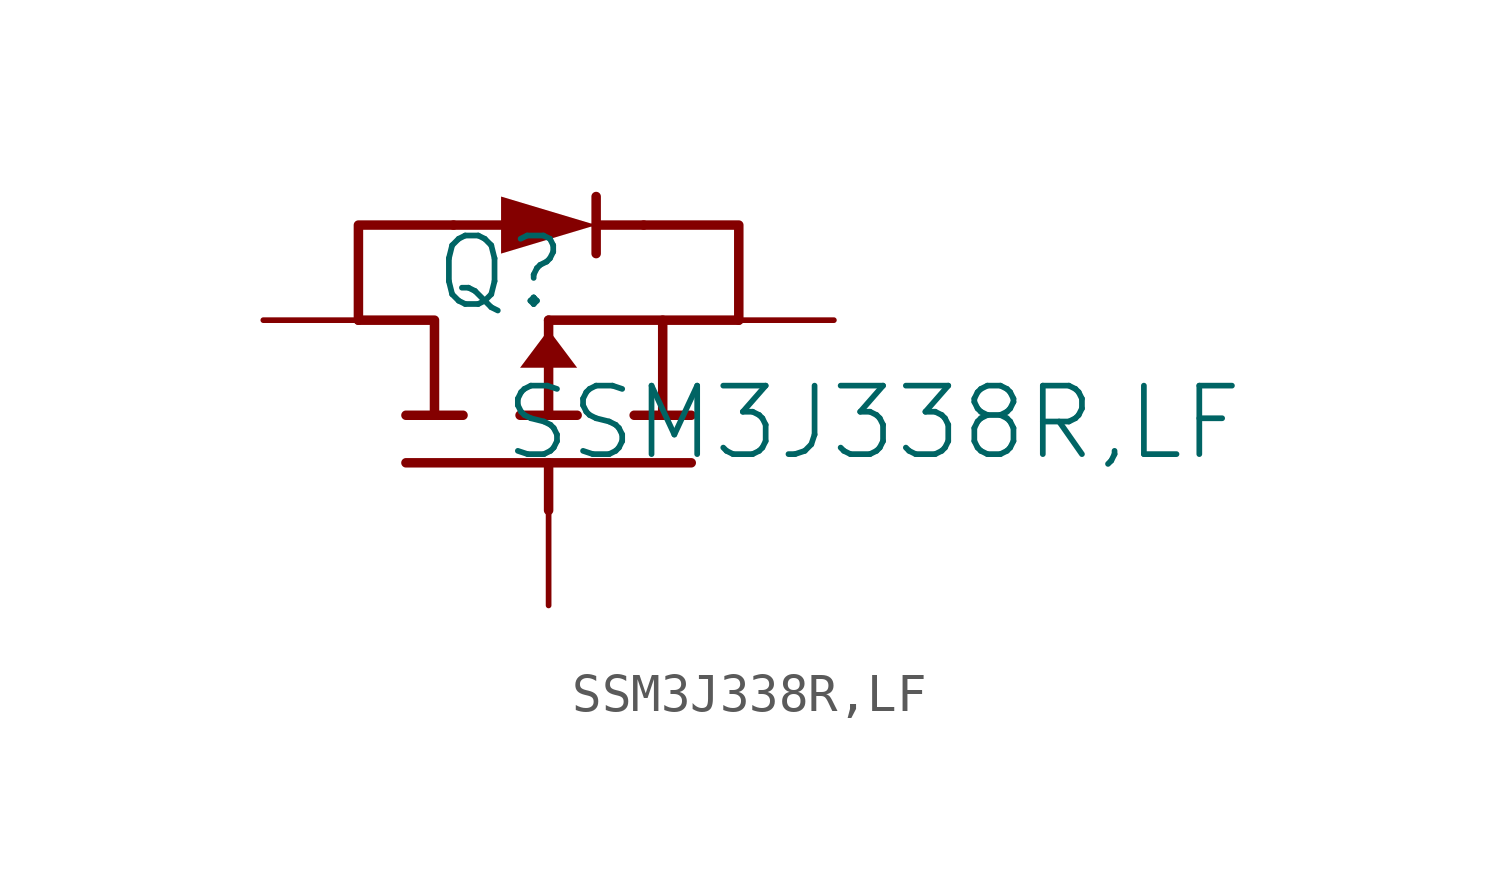
<source format=kicad_sym>
(kicad_symbol_lib
  (version 20231120)
  (generator "kicad_symbol_editor")
  (generator_version "8.0")
  (symbol "SSM3J338R,LF"
    (property "Reference" "Q"
      (at -1.27 1.27 0)
      (effects (font (size 1.829 1.829))))
    (property "Value" "SSM3J338R,LF"
      (at -1.27 -3.81 0)
      (effects (font (size 1.829 1.829)) (justify left bottom)))
    (symbol "SSM3J338R,LF_1_0"
      (polyline (pts (xy -3.81 -3.81) (xy 3.81 -3.81)) (stroke (width 0.254) (type solid)) (fill (type none)))
      (polyline (pts (xy -3.81 -2.54) (xy -2.286 -2.54)) (stroke (width 0.254) (type solid)) (fill (type none)))
      (polyline (pts (xy -2.54 2.54) (xy -1.27 2.54)) (stroke (width 0.254) (type solid)) (fill (type none)))
      (polyline (pts (xy -0.762 -2.54) (xy 0.762 -2.54)) (stroke (width 0.254) (type solid)) (fill (type none)))
      (polyline (pts (xy 0 -3.81) (xy 0 -5.08)) (stroke (width 0.254) (type solid)) (fill (type none)))
      (polyline (pts (xy 0 0) (xy 0 -2.54)) (stroke (width 0.254) (type solid)) (fill (type none)))
      (polyline (pts (xy 0 0) (xy 3.048 0)) (stroke (width 0.254) (type solid)) (fill (type none)))
      (polyline (pts (xy 1.27 2.54) (xy 2.54 2.54)) (stroke (width 0.254) (type solid)) (fill (type none)))
      (polyline (pts (xy 1.27 3.302) (xy 1.27 1.778)) (stroke (width 0.254) (type solid)) (fill (type none)))
      (polyline (pts (xy 2.286 -2.54) (xy 3.81 -2.54)) (stroke (width 0.254) (type solid)) (fill (type none)))
      (polyline (pts (xy -5.08 0) (xy -5.08 2.54) (xy -2.54 2.54)) (stroke (width 0.254) (type solid)) (fill (type none)))
      (polyline (pts (xy -5.08 0) (xy -3.048 0) (xy -3.048 -2.54)) (stroke (width 0.254) (type solid)) (fill (type none)))
      (polyline (pts (xy 2.54 2.54) (xy 5.08 2.54) (xy 5.08 0)) (stroke (width 0.254) (type solid)) (fill (type none)))
      (polyline (pts (xy 5.08 0) (xy 3.048 0) (xy 3.048 -2.54)) (stroke (width 0.254) (type solid)) (fill (type none)))
      (polyline (pts (xy 0 -0.254) (xy -0.762 -1.27) (xy 0.762 -1.27) (xy 0 -0.254) (xy 0 -0.254)) (stroke (width -0.0001) (type solid)) (fill (type outline)))
      (polyline (pts (xy -1.27 2.54) (xy -1.27 3.302) (xy 1.27 2.54) (xy -1.27 1.778) (xy -1.27 2.54) (xy -1.27 2.54)) (stroke (width -0.0001) (type solid)) (fill (type outline)))
      (pin passive line (at -7.62 0 0) (length 2.54) (name "D" (effects (font (size 0 0)))) (number "D" (effects (font (size 0 0)))))
      (pin passive line (at 0 -7.62 90) (length 2.54) (name "G" (effects (font (size 0 0)))) (number "G" (effects (font (size 0 0)))))
      (pin passive line (at 7.62 0 180) (length 2.54) (name "S" (effects (font (size 0 0)))) (number "S" (effects (font (size 0 0))))))))
</source>
